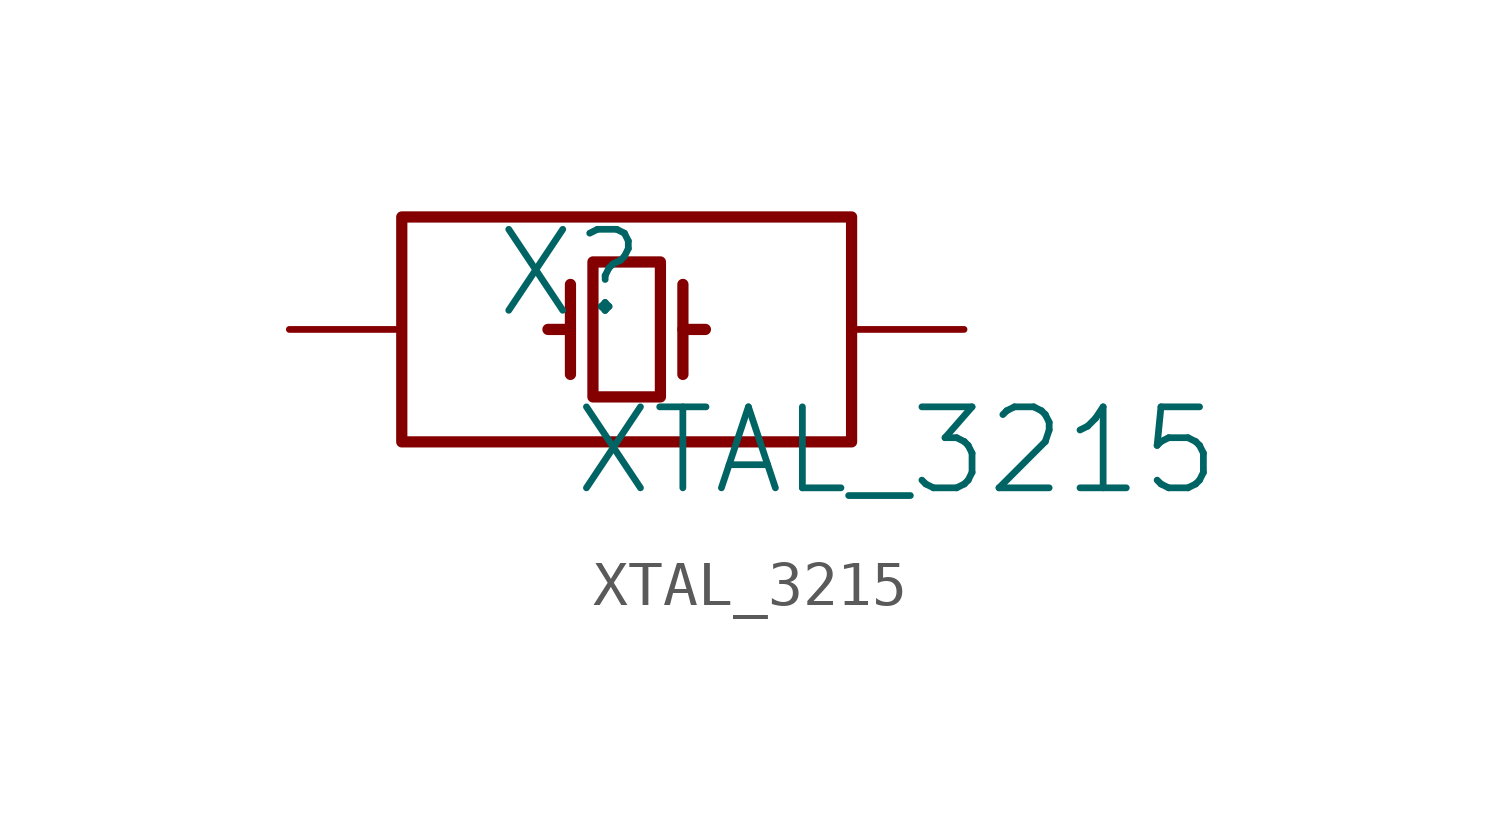
<source format=kicad_sym>
(kicad_symbol_lib
  (version 20231120)
  (generator "kicad_symbol_editor")
  (generator_version "8.0")
  (symbol "XTAL_3215"
    (property "Reference" "X"
      (at -1.27 1.27 0)
      (effects (font (size 1.829 1.829))))
    (property "Value" "XTAL_3215"
      (at -1.27 -3.81 0)
      (effects (font (size 1.829 1.829)) (justify left bottom)))
    (symbol "XTAL_3215_1_0"
      (polyline (pts (xy -1.27 0) (xy -1.778 0)) (stroke (width 0.254) (type solid)) (fill (type none)))
      (polyline (pts (xy -1.27 1.016) (xy -1.27 -1.016)) (stroke (width 0.254) (type solid)) (fill (type none)))
      (polyline (pts (xy 1.27 1.016) (xy 1.27 -1.016)) (stroke (width 0.254) (type solid)) (fill (type none)))
      (polyline (pts (xy 1.778 0) (xy 1.27 0)) (stroke (width 0.254) (type solid)) (fill (type none)))
      (polyline (pts (xy -5.08 -2.54) (xy 5.08 -2.54) (xy 5.08 2.54) (xy -5.08 2.54) (xy -5.08 -2.54)) (stroke (width 0.254) (type solid)) (fill (type none)))
      (polyline (pts (xy 0.762 1.524) (xy -0.762 1.524) (xy -0.762 -1.524) (xy 0.762 -1.524) (xy 0.762 1.524)) (stroke (width 0.254) (type solid)) (fill (type none)))
      (pin passive line (at -7.62 0 0) (length 2.54) (name "1" (effects (font (size 0 0)))) (number "1" (effects (font (size 0 0)))))
      (pin passive line (at 7.62 0 180) (length 2.54) (name "2" (effects (font (size 0 0)))) (number "2" (effects (font (size 0 0))))))))
</source>
